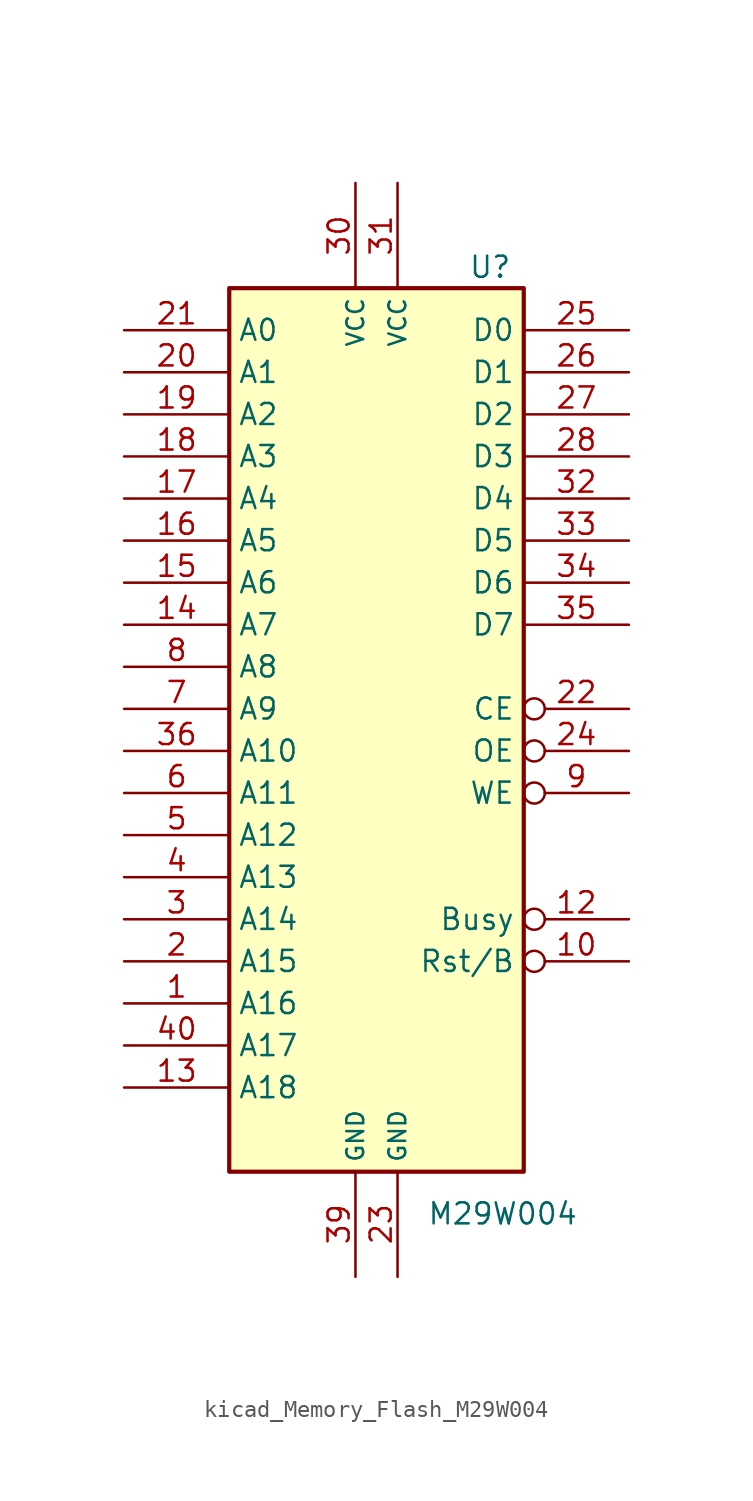
<source format=kicad_sym>
(kicad_symbol_lib
  (version 20220914)
  (generator kicad_symbol_editor)
  (symbol "kicad_Memory_Flash_M29W004"
    (property "Reference" "U"
      (at 6.858 27.94 0)
      (effects (font (size 1.27 1.27))))
    (property "Value" "M29W004"
      (at 7.62 -29.21 0)
      (effects (font (size 1.27 1.27))))
    (symbol "kicad_Memory_Flash_M29W004_0_1"
      (rectangle (start -8.89 26.67) (end 8.89 -26.67) (stroke (width 0.254) (type default)) (fill (type background))))
    (symbol "kicad_Memory_Flash_M29W004_1_1"
      (pin input line (at -15.24 -16.51 0) (length 6.35) (name "A16" (effects (font (size 1.27 1.27)))) (number "1" (effects (font (size 1.27 1.27)))))
      (pin input inverted (at 15.24 -13.97 180) (length 6.35) (name "Rst/B" (effects (font (size 1.27 1.27)))) (number "10" (effects (font (size 1.27 1.27)))))
      (pin output inverted (at 15.24 -11.43 180) (length 6.35) (name "Busy" (effects (font (size 1.27 1.27)))) (number "12" (effects (font (size 1.27 1.27)))))
      (pin input line (at -15.24 -21.59 0) (length 6.35) (name "A18" (effects (font (size 1.27 1.27)))) (number "13" (effects (font (size 1.27 1.27)))))
      (pin input line (at -15.24 6.35 0) (length 6.35) (name "A7" (effects (font (size 1.27 1.27)))) (number "14" (effects (font (size 1.27 1.27)))))
      (pin input line (at -15.24 8.89 0) (length 6.35) (name "A6" (effects (font (size 1.27 1.27)))) (number "15" (effects (font (size 1.27 1.27)))))
      (pin input line (at -15.24 11.43 0) (length 6.35) (name "A5" (effects (font (size 1.27 1.27)))) (number "16" (effects (font (size 1.27 1.27)))))
      (pin input line (at -15.24 13.97 0) (length 6.35) (name "A4" (effects (font (size 1.27 1.27)))) (number "17" (effects (font (size 1.27 1.27)))))
      (pin input line (at -15.24 16.51 0) (length 6.35) (name "A3" (effects (font (size 1.27 1.27)))) (number "18" (effects (font (size 1.27 1.27)))))
      (pin input line (at -15.24 19.05 0) (length 6.35) (name "A2" (effects (font (size 1.27 1.27)))) (number "19" (effects (font (size 1.27 1.27)))))
      (pin input line (at -15.24 -13.97 0) (length 6.35) (name "A15" (effects (font (size 1.27 1.27)))) (number "2" (effects (font (size 1.27 1.27)))))
      (pin input line (at -15.24 21.59 0) (length 6.35) (name "A1" (effects (font (size 1.27 1.27)))) (number "20" (effects (font (size 1.27 1.27)))))
      (pin input line (at -15.24 24.13 0) (length 6.35) (name "A0" (effects (font (size 1.27 1.27)))) (number "21" (effects (font (size 1.27 1.27)))))
      (pin input inverted (at 15.24 1.27 180) (length 6.35) (name "CE" (effects (font (size 1.27 1.27)))) (number "22" (effects (font (size 1.27 1.27)))))
      (pin power_in line (at 1.27 -33.02 90) (length 6.35) (name "GND" (effects (font (size 1.016 1.016)))) (number "23" (effects (font (size 1.27 1.27)))))
      (pin input inverted (at 15.24 -1.27 180) (length 6.35) (name "OE" (effects (font (size 1.27 1.27)))) (number "24" (effects (font (size 1.27 1.27)))))
      (pin tri_state line (at 15.24 24.13 180) (length 6.35) (name "D0" (effects (font (size 1.27 1.27)))) (number "25" (effects (font (size 1.27 1.27)))))
      (pin tri_state line (at 15.24 21.59 180) (length 6.35) (name "D1" (effects (font (size 1.27 1.27)))) (number "26" (effects (font (size 1.27 1.27)))))
      (pin tri_state line (at 15.24 19.05 180) (length 6.35) (name "D2" (effects (font (size 1.27 1.27)))) (number "27" (effects (font (size 1.27 1.27)))))
      (pin tri_state line (at 15.24 16.51 180) (length 6.35) (name "D3" (effects (font (size 1.27 1.27)))) (number "28" (effects (font (size 1.27 1.27)))))
      (pin input line (at -15.24 -11.43 0) (length 6.35) (name "A14" (effects (font (size 1.27 1.27)))) (number "3" (effects (font (size 1.27 1.27)))))
      (pin power_in line (at -1.27 33.02 270) (length 6.35) (name "VCC" (effects (font (size 1.016 1.016)))) (number "30" (effects (font (size 1.27 1.27)))))
      (pin power_in line (at 1.27 33.02 270) (length 6.35) (name "VCC" (effects (font (size 1.016 1.016)))) (number "31" (effects (font (size 1.27 1.27)))))
      (pin tri_state line (at 15.24 13.97 180) (length 6.35) (name "D4" (effects (font (size 1.27 1.27)))) (number "32" (effects (font (size 1.27 1.27)))))
      (pin tri_state line (at 15.24 11.43 180) (length 6.35) (name "D5" (effects (font (size 1.27 1.27)))) (number "33" (effects (font (size 1.27 1.27)))))
      (pin tri_state line (at 15.24 8.89 180) (length 6.35) (name "D6" (effects (font (size 1.27 1.27)))) (number "34" (effects (font (size 1.27 1.27)))))
      (pin tri_state line (at 15.24 6.35 180) (length 6.35) (name "D7" (effects (font (size 1.27 1.27)))) (number "35" (effects (font (size 1.27 1.27)))))
      (pin input line (at -15.24 -1.27 0) (length 6.35) (name "A10" (effects (font (size 1.27 1.27)))) (number "36" (effects (font (size 1.27 1.27)))))
      (pin power_in line (at -1.27 -33.02 90) (length 6.35) (name "GND" (effects (font (size 1.016 1.016)))) (number "39" (effects (font (size 1.27 1.27)))))
      (pin input line (at -15.24 -8.89 0) (length 6.35) (name "A13" (effects (font (size 1.27 1.27)))) (number "4" (effects (font (size 1.27 1.27)))))
      (pin input line (at -15.24 -19.05 0) (length 6.35) (name "A17" (effects (font (size 1.27 1.27)))) (number "40" (effects (font (size 1.27 1.27)))))
      (pin input line (at -15.24 -6.35 0) (length 6.35) (name "A12" (effects (font (size 1.27 1.27)))) (number "5" (effects (font (size 1.27 1.27)))))
      (pin input line (at -15.24 -3.81 0) (length 6.35) (name "A11" (effects (font (size 1.27 1.27)))) (number "6" (effects (font (size 1.27 1.27)))))
      (pin input line (at -15.24 1.27 0) (length 6.35) (name "A9" (effects (font (size 1.27 1.27)))) (number "7" (effects (font (size 1.27 1.27)))))
      (pin input line (at -15.24 3.81 0) (length 6.35) (name "A8" (effects (font (size 1.27 1.27)))) (number "8" (effects (font (size 1.27 1.27)))))
      (pin input inverted (at 15.24 -3.81 180) (length 6.35) (name "WE" (effects (font (size 1.27 1.27)))) (number "9" (effects (font (size 1.27 1.27))))))))
</source>
